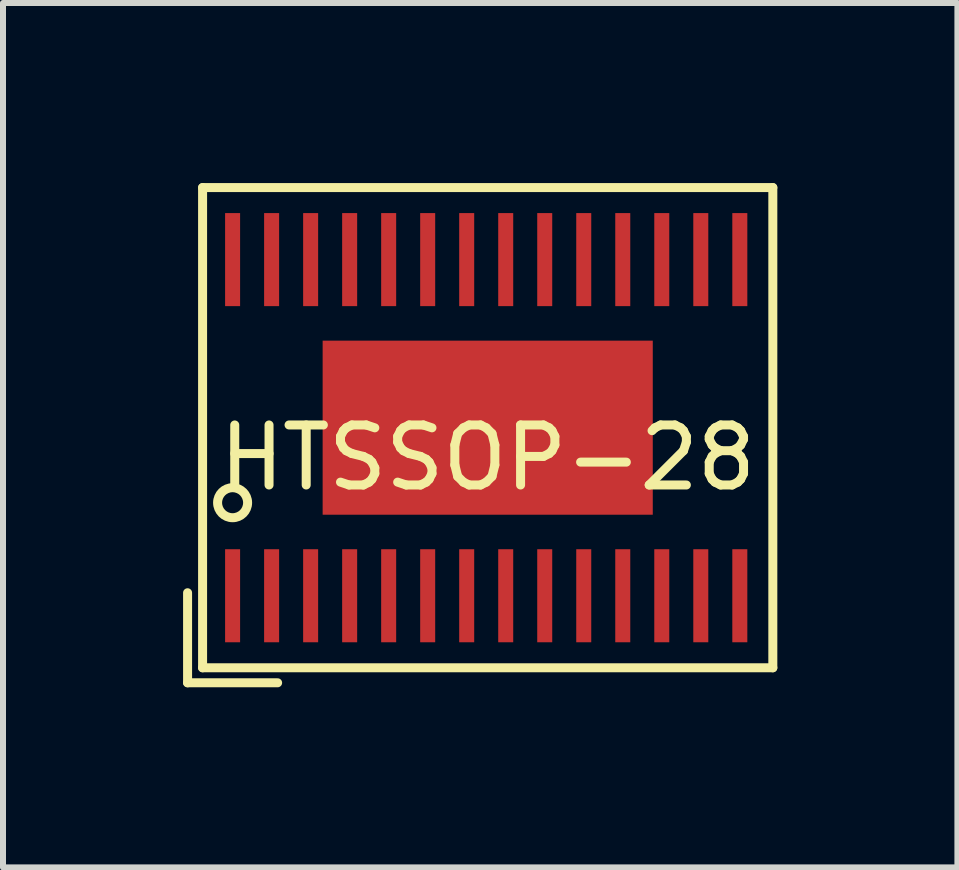
<source format=kicad_pcb>
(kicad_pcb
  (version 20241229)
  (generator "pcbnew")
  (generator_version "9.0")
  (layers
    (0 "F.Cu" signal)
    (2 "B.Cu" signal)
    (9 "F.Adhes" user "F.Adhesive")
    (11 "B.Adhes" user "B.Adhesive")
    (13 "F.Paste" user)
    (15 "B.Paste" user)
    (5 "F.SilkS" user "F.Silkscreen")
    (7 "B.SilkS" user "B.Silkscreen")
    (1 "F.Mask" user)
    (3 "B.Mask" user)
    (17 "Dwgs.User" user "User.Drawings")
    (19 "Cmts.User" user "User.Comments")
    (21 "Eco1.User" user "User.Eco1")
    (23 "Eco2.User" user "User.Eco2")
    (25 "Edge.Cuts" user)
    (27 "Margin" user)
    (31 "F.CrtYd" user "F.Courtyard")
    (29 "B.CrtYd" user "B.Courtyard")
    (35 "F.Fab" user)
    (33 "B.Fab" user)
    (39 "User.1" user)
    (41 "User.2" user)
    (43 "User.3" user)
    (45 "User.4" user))
  (footprint "HTSSOP-28"
    (layer "F.Cu")
    (at 5.075 4.075)
    (property "Reference" "HTSSOP-28" (at 0 0.5 0) (layer "F.SilkS") (effects (font (size 1 1) (thickness 0.15))))
    (attr through_hole)
    (fp_line (start -5 2.75) (end -5 4.25) (stroke (width 0.15) (type solid)) (layer "F.SilkS"))
    (fp_line (start -5 4.25) (end -3.5 4.25) (stroke (width 0.15) (type solid)) (layer "F.SilkS"))
    (fp_line (start -4.75 -4) (end 4.75 -4) (stroke (width 0.15) (type solid)) (layer "F.SilkS"))
    (fp_line (start -4.75 4) (end -4.75 -4) (stroke (width 0.15) (type solid)) (layer "F.SilkS"))
    (fp_line (start 4.75 -4) (end 4.75 4) (stroke (width 0.15) (type solid)) (layer "F.SilkS"))
    (fp_line (start 4.75 4) (end -4.75 4) (stroke (width 0.15) (type solid)) (layer "F.SilkS"))
    (fp_circle (center -4.25 1.25) (end -4.25 1) (stroke (width 0.15) (type solid)) (fill no) (layer "F.SilkS"))
    (pad "1" smd rect (at -4.25 2.8) (size 0.25 1.55) (layers "F.Cu" "F.Mask" "F.Paste"))
    (pad "2" smd rect (at -3.6 2.8) (size 0.25 1.55) (layers "F.Cu" "F.Mask" "F.Paste"))
    (pad "3" smd rect (at -2.95 2.8) (size 0.25 1.55) (layers "F.Cu" "F.Mask" "F.Paste"))
    (pad "4" smd rect (at -2.3 2.8) (size 0.25 1.55) (layers "F.Cu" "F.Mask" "F.Paste"))
    (pad "5" smd rect (at -1.65 2.8) (size 0.25 1.55) (layers "F.Cu" "F.Mask" "F.Paste"))
    (pad "6" smd rect (at -1 2.8) (size 0.25 1.55) (layers "F.Cu" "F.Mask" "F.Paste"))
    (pad "7" smd rect (at -0.35 2.8) (size 0.25 1.55) (layers "F.Cu" "F.Mask" "F.Paste"))
    (pad "8" smd rect (at 0.3 2.8) (size 0.25 1.55) (layers "F.Cu" "F.Mask" "F.Paste"))
    (pad "9" smd rect (at 0.95 2.8) (size 0.25 1.55) (layers "F.Cu" "F.Mask" "F.Paste"))
    (pad "10" smd rect (at 1.6 2.8) (size 0.25 1.55) (layers "F.Cu" "F.Mask" "F.Paste"))
    (pad "11" smd rect (at 2.25 2.8) (size 0.25 1.55) (layers "F.Cu" "F.Mask" "F.Paste"))
    (pad "12" smd rect (at 2.9 2.8) (size 0.25 1.55) (layers "F.Cu" "F.Mask" "F.Paste"))
    (pad "13" smd rect (at 3.55 2.8) (size 0.25 1.55) (layers "F.Cu" "F.Mask" "F.Paste"))
    (pad "14" smd rect (at 4.2 2.8) (size 0.25 1.55) (layers "F.Cu" "F.Mask" "F.Paste"))
    (pad "15" smd rect (at 4.2 -2.8) (size 0.25 1.55) (layers "F.Cu" "F.Mask" "F.Paste"))
    (pad "16" smd rect (at 3.55 -2.8) (size 0.25 1.55) (layers "F.Cu" "F.Mask" "F.Paste"))
    (pad "17" smd rect (at 2.9 -2.8) (size 0.25 1.55) (layers "F.Cu" "F.Mask" "F.Paste"))
    (pad "18" smd rect (at 2.25 -2.8) (size 0.25 1.55) (layers "F.Cu" "F.Mask" "F.Paste"))
    (pad "19" smd rect (at 1.6 -2.8) (size 0.25 1.55) (layers "F.Cu" "F.Mask" "F.Paste"))
    (pad "20" smd rect (at 0.95 -2.8) (size 0.25 1.55) (layers "F.Cu" "F.Mask" "F.Paste"))
    (pad "21" smd rect (at 0.3 -2.8) (size 0.25 1.55) (layers "F.Cu" "F.Mask" "F.Paste"))
    (pad "22" smd rect (at -0.35 -2.8) (size 0.25 1.55) (layers "F.Cu" "F.Mask" "F.Paste"))
    (pad "23" smd rect (at -1 -2.8) (size 0.25 1.55) (layers "F.Cu" "F.Mask" "F.Paste"))
    (pad "24" smd rect (at -1.65 -2.8) (size 0.25 1.55) (layers "F.Cu" "F.Mask" "F.Paste"))
    (pad "25" smd rect (at -2.3 -2.8) (size 0.25 1.55) (layers "F.Cu" "F.Mask" "F.Paste"))
    (pad "26" smd rect (at -2.95 -2.8) (size 0.25 1.55) (layers "F.Cu" "F.Mask" "F.Paste"))
    (pad "27" smd rect (at -3.6 -2.8) (size 0.25 1.55) (layers "F.Cu" "F.Mask" "F.Paste"))
    (pad "28" smd rect (at -4.25 -2.8) (size 0.25 1.55) (layers "F.Cu" "F.Mask" "F.Paste"))
    (pad "29" smd rect (at 0 0) (size 5.5 2.9) (layers "F.Cu" "F.Mask" "F.Paste")))
  (gr_rect
    (start -3 -3)
    (end 12.9 11.4)
    (stroke (width 0.1) (type default))
    (fill no)
    (layer "Edge.Cuts")))
</source>
